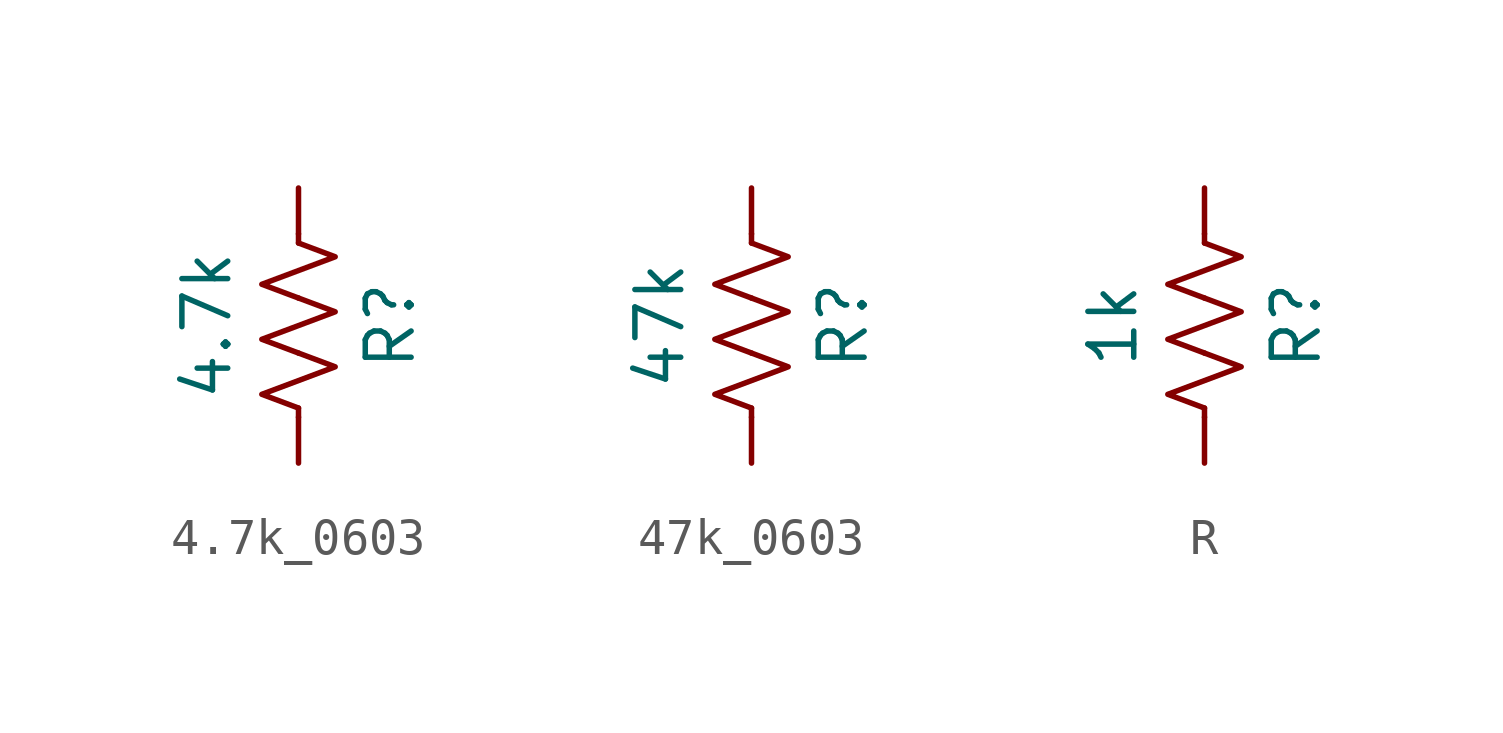
<source format=kicad_sym>
(kicad_symbol_lib
  (version 20220914)
  (generator kicad_symbol_editor)
  (symbol "4.7k_0603"
    (pin_numbers hide)
    (pin_names
      (offset 0))
    (property "Reference" "R"
      (at 2.54 0 90)
      (effects (font (size 1.27 1.27))))
    (property "Value" "4.7k"
      (at -2.54 0 90)
      (effects (font (size 1.27 1.27))))
    (symbol "4.7k_0603_0_1"
      (polyline (pts (xy 0 -2.286) (xy 0 -2.54)) (stroke (width 0) (type default)) (fill (type none)))
      (polyline (pts (xy 0 2.286) (xy 0 2.54)) (stroke (width 0) (type default)) (fill (type none)))
      (polyline (pts (xy 0 -0.762) (xy 1.016 -1.143) (xy 0 -1.524) (xy -1.016 -1.905) (xy 0 -2.286)) (stroke (width 0) (type default)) (fill (type none)))
      (polyline (pts (xy 0 0.762) (xy 1.016 0.381) (xy 0 0) (xy -1.016 -0.381) (xy 0 -0.762)) (stroke (width 0) (type default)) (fill (type none)))
      (polyline (pts (xy 0 2.286) (xy 1.016 1.905) (xy 0 1.524) (xy -1.016 1.143) (xy 0 0.762)) (stroke (width 0) (type default)) (fill (type none))))
    (symbol "4.7k_0603_1_1"
      (pin passive line (at 0 3.81 270) (length 1.27) (name "~" (effects (font (size 1.27 1.27)))) (number "1" (effects (font (size 1.27 1.27)))))
      (pin passive line (at 0 -3.81 90) (length 1.27) (name "~" (effects (font (size 1.27 1.27)))) (number "2" (effects (font (size 1.27 1.27)))))))
  (symbol "47k_0603"
    (pin_numbers hide)
    (pin_names
      (offset 0))
    (property "Reference" "R"
      (at 2.54 0 90)
      (effects (font (size 1.27 1.27))))
    (property "Value" "47k"
      (at -2.54 0 90)
      (effects (font (size 1.27 1.27))))
    (symbol "47k_0603_0_1"
      (polyline (pts (xy 0 -2.286) (xy 0 -2.54)) (stroke (width 0) (type default)) (fill (type none)))
      (polyline (pts (xy 0 2.286) (xy 0 2.54)) (stroke (width 0) (type default)) (fill (type none)))
      (polyline (pts (xy 0 -0.762) (xy 1.016 -1.143) (xy 0 -1.524) (xy -1.016 -1.905) (xy 0 -2.286)) (stroke (width 0) (type default)) (fill (type none)))
      (polyline (pts (xy 0 0.762) (xy 1.016 0.381) (xy 0 0) (xy -1.016 -0.381) (xy 0 -0.762)) (stroke (width 0) (type default)) (fill (type none)))
      (polyline (pts (xy 0 2.286) (xy 1.016 1.905) (xy 0 1.524) (xy -1.016 1.143) (xy 0 0.762)) (stroke (width 0) (type default)) (fill (type none))))
    (symbol "47k_0603_1_1"
      (pin passive line (at 0 3.81 270) (length 1.27) (name "~" (effects (font (size 1.27 1.27)))) (number "1" (effects (font (size 1.27 1.27)))))
      (pin passive line (at 0 -3.81 90) (length 1.27) (name "~" (effects (font (size 1.27 1.27)))) (number "2" (effects (font (size 1.27 1.27)))))))
  (symbol "R"
    (pin_numbers hide)
    (pin_names
      (offset 0))
    (property "Reference" "R"
      (at 2.54 0 90)
      (effects (font (size 1.27 1.27))))
    (property "Value" "1k"
      (at -2.54 0 90)
      (effects (font (size 1.27 1.27))))
    (symbol "R_0_1"
      (polyline (pts (xy 0 -2.286) (xy 0 -2.54)) (stroke (width 0) (type default)) (fill (type none)))
      (polyline (pts (xy 0 2.286) (xy 0 2.54)) (stroke (width 0) (type default)) (fill (type none)))
      (polyline (pts (xy 0 -0.762) (xy 1.016 -1.143) (xy 0 -1.524) (xy -1.016 -1.905) (xy 0 -2.286)) (stroke (width 0) (type default)) (fill (type none)))
      (polyline (pts (xy 0 0.762) (xy 1.016 0.381) (xy 0 0) (xy -1.016 -0.381) (xy 0 -0.762)) (stroke (width 0) (type default)) (fill (type none)))
      (polyline (pts (xy 0 2.286) (xy 1.016 1.905) (xy 0 1.524) (xy -1.016 1.143) (xy 0 0.762)) (stroke (width 0) (type default)) (fill (type none))))
    (symbol "R_1_1"
      (pin passive line (at 0 3.81 270) (length 1.27) (name "~" (effects (font (size 1.27 1.27)))) (number "1" (effects (font (size 1.27 1.27)))))
      (pin passive line (at 0 -3.81 90) (length 1.27) (name "~" (effects (font (size 1.27 1.27)))) (number "2" (effects (font (size 1.27 1.27))))))))
</source>
